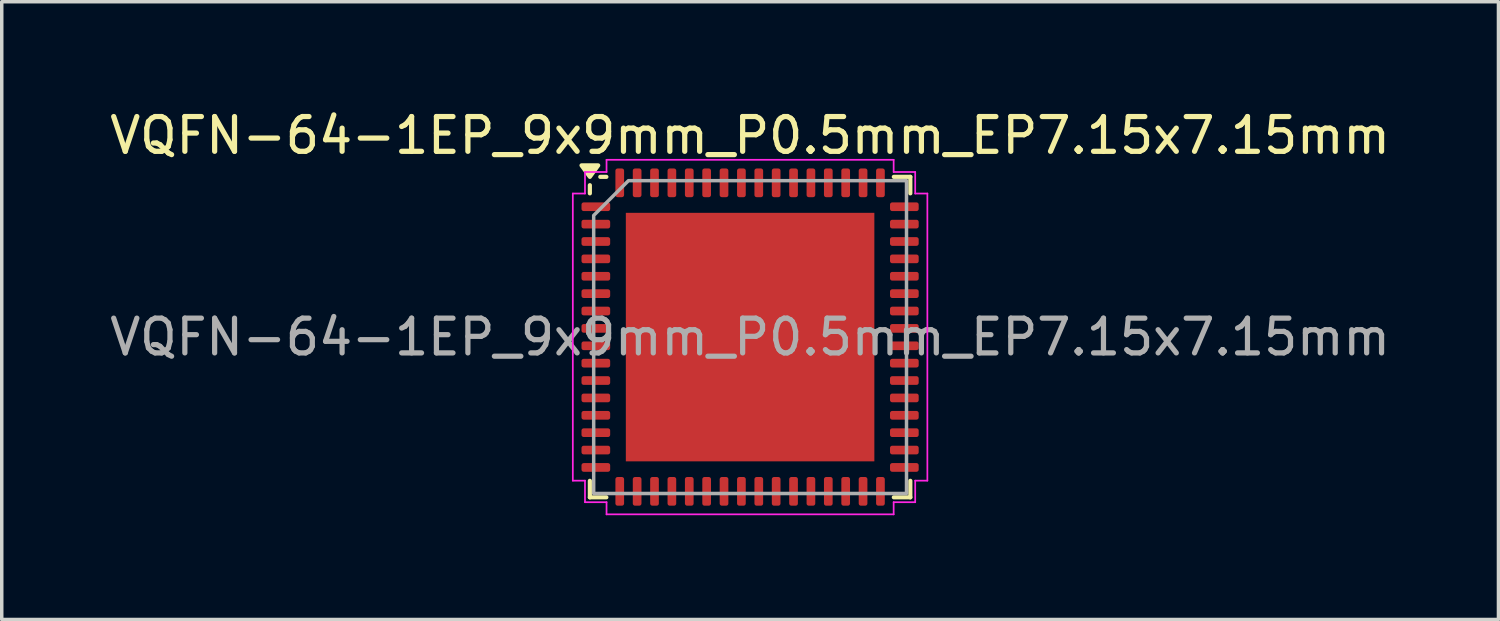
<source format=kicad_pcb>
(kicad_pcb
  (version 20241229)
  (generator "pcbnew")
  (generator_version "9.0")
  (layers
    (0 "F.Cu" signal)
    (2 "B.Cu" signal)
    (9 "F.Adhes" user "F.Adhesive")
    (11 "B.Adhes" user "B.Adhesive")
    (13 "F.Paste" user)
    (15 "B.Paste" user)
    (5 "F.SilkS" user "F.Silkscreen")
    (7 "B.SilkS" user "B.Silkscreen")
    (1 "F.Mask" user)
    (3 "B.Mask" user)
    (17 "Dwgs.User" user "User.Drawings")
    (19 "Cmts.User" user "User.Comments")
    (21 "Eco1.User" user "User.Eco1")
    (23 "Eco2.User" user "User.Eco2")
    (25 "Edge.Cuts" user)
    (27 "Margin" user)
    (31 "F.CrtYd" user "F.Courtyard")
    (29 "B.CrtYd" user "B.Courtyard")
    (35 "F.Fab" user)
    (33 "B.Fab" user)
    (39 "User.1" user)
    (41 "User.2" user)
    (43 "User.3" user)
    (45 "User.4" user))
  (footprint "VQFN-64-1EP_9x9mm_P0.5mm_EP7.15x7.15mm"
    (layer "F.Cu")
    (at 18.53 6.648)
    (property "Reference" "VQFN-64-1EP_9x9mm_P0.5mm_EP7.15x7.15mm" (at 0 -5.8 0) (layer "F.SilkS") (effects (font (size 1 1) (thickness 0.15))))
    (attr smd)
    (fp_line (start -4.61 -4.135) (end -4.61 -4.37) (stroke (width 0.12) (type solid)) (layer "F.SilkS"))
    (fp_line (start -4.61 4.61) (end -4.61 4.135) (stroke (width 0.12) (type solid)) (layer "F.SilkS"))
    (fp_line (start -4.135 -4.61) (end -4.31 -4.61) (stroke (width 0.12) (type solid)) (layer "F.SilkS"))
    (fp_line (start -4.135 4.61) (end -4.61 4.61) (stroke (width 0.12) (type solid)) (layer "F.SilkS"))
    (fp_line (start 4.135 -4.61) (end 4.61 -4.61) (stroke (width 0.12) (type solid)) (layer "F.SilkS"))
    (fp_line (start 4.135 4.61) (end 4.61 4.61) (stroke (width 0.12) (type solid)) (layer "F.SilkS"))
    (fp_line (start 4.61 -4.61) (end 4.61 -4.135) (stroke (width 0.12) (type solid)) (layer "F.SilkS"))
    (fp_line (start 4.61 4.61) (end 4.61 4.135) (stroke (width 0.12) (type solid)) (layer "F.SilkS"))
    (fp_poly (pts (xy -4.61 -4.61) (xy -4.85 -4.94) (xy -4.37 -4.94)) (stroke (width 0.12) (type solid)) (fill yes) (layer "F.SilkS"))
    (fp_line (start -5.1 -4.13) (end -4.75 -4.13) (stroke (width 0.05) (type solid)) (layer "F.CrtYd"))
    (fp_line (start -5.1 4.13) (end -5.1 -4.13) (stroke (width 0.05) (type solid)) (layer "F.CrtYd"))
    (fp_line (start -4.75 -4.75) (end -4.13 -4.75) (stroke (width 0.05) (type solid)) (layer "F.CrtYd"))
    (fp_line (start -4.75 -4.13) (end -4.75 -4.75) (stroke (width 0.05) (type solid)) (layer "F.CrtYd"))
    (fp_line (start -4.75 4.13) (end -5.1 4.13) (stroke (width 0.05) (type solid)) (layer "F.CrtYd"))
    (fp_line (start -4.75 4.75) (end -4.75 4.13) (stroke (width 0.05) (type solid)) (layer "F.CrtYd"))
    (fp_line (start -4.13 -5.1) (end 4.13 -5.1) (stroke (width 0.05) (type solid)) (layer "F.CrtYd"))
    (fp_line (start -4.13 -4.75) (end -4.13 -5.1) (stroke (width 0.05) (type solid)) (layer "F.CrtYd"))
    (fp_line (start -4.13 4.75) (end -4.75 4.75) (stroke (width 0.05) (type solid)) (layer "F.CrtYd"))
    (fp_line (start -4.13 5.1) (end -4.13 4.75) (stroke (width 0.05) (type solid)) (layer "F.CrtYd"))
    (fp_line (start 4.13 -5.1) (end 4.13 -4.75) (stroke (width 0.05) (type solid)) (layer "F.CrtYd"))
    (fp_line (start 4.13 -4.75) (end 4.75 -4.75) (stroke (width 0.05) (type solid)) (layer "F.CrtYd"))
    (fp_line (start 4.13 4.75) (end 4.13 5.1) (stroke (width 0.05) (type solid)) (layer "F.CrtYd"))
    (fp_line (start 4.13 5.1) (end -4.13 5.1) (stroke (width 0.05) (type solid)) (layer "F.CrtYd"))
    (fp_line (start 4.75 -4.75) (end 4.75 -4.13) (stroke (width 0.05) (type solid)) (layer "F.CrtYd"))
    (fp_line (start 4.75 -4.13) (end 5.1 -4.13) (stroke (width 0.05) (type solid)) (layer "F.CrtYd"))
    (fp_line (start 4.75 4.13) (end 4.75 4.75) (stroke (width 0.05) (type solid)) (layer "F.CrtYd"))
    (fp_line (start 4.75 4.75) (end 4.13 4.75) (stroke (width 0.05) (type solid)) (layer "F.CrtYd"))
    (fp_line (start 5.1 -4.13) (end 5.1 4.13) (stroke (width 0.05) (type solid)) (layer "F.CrtYd"))
    (fp_line (start 5.1 4.13) (end 4.75 4.13) (stroke (width 0.05) (type solid)) (layer "F.CrtYd"))
    (fp_poly (pts (xy -4.5 -3.5) (xy -4.5 4.5) (xy 4.5 4.5) (xy 4.5 -4.5) (xy -3.5 -4.5)) (stroke (width 0.1) (type solid)) (fill no) (layer "F.Fab"))
    (fp_text user "${REFERENCE}" (at 0 0 0) (layer "F.Fab") (effects (font (size 1 1) (thickness 0.15))))
    (pad "" smd roundrect (at -2.38 -2.38) (size 1.92 1.92) (layers "F.Paste") (roundrect_rratio 0.13))
    (pad "" smd roundrect (at -2.38 0) (size 1.92 1.92) (layers "F.Paste") (roundrect_rratio 0.13))
    (pad "" smd roundrect (at -2.38 2.38) (size 1.92 1.92) (layers "F.Paste") (roundrect_rratio 0.13))
    (pad "" smd roundrect (at 0 -2.38) (size 1.92 1.92) (layers "F.Paste") (roundrect_rratio 0.13))
    (pad "" smd roundrect (at 0 0) (size 1.92 1.92) (layers "F.Paste") (roundrect_rratio 0.13))
    (pad "" smd roundrect (at 0 2.38) (size 1.92 1.92) (layers "F.Paste") (roundrect_rratio 0.13))
    (pad "" smd roundrect (at 2.38 -2.38) (size 1.92 1.92) (layers "F.Paste") (roundrect_rratio 0.13))
    (pad "" smd roundrect (at 2.38 0) (size 1.92 1.92) (layers "F.Paste") (roundrect_rratio 0.13))
    (pad "" smd roundrect (at 2.38 2.38) (size 1.92 1.92) (layers "F.Paste") (roundrect_rratio 0.13))
    (pad "1" smd roundrect (at -4.438 -3.75) (size 0.825 0.25) (layers "F.Cu" "F.Mask" "F.Paste") (roundrect_rratio 0.25))
    (pad "2" smd roundrect (at -4.438 -3.25) (size 0.825 0.25) (layers "F.Cu" "F.Mask" "F.Paste") (roundrect_rratio 0.25))
    (pad "3" smd roundrect (at -4.438 -2.75) (size 0.825 0.25) (layers "F.Cu" "F.Mask" "F.Paste") (roundrect_rratio 0.25))
    (pad "4" smd roundrect (at -4.438 -2.25) (size 0.825 0.25) (layers "F.Cu" "F.Mask" "F.Paste") (roundrect_rratio 0.25))
    (pad "5" smd roundrect (at -4.438 -1.75) (size 0.825 0.25) (layers "F.Cu" "F.Mask" "F.Paste") (roundrect_rratio 0.25))
    (pad "6" smd roundrect (at -4.438 -1.25) (size 0.825 0.25) (layers "F.Cu" "F.Mask" "F.Paste") (roundrect_rratio 0.25))
    (pad "7" smd roundrect (at -4.438 -0.75) (size 0.825 0.25) (layers "F.Cu" "F.Mask" "F.Paste") (roundrect_rratio 0.25))
    (pad "8" smd roundrect (at -4.438 -0.25) (size 0.825 0.25) (layers "F.Cu" "F.Mask" "F.Paste") (roundrect_rratio 0.25))
    (pad "9" smd roundrect (at -4.438 0.25) (size 0.825 0.25) (layers "F.Cu" "F.Mask" "F.Paste") (roundrect_rratio 0.25))
    (pad "10" smd roundrect (at -4.438 0.75) (size 0.825 0.25) (layers "F.Cu" "F.Mask" "F.Paste") (roundrect_rratio 0.25))
    (pad "11" smd roundrect (at -4.438 1.25) (size 0.825 0.25) (layers "F.Cu" "F.Mask" "F.Paste") (roundrect_rratio 0.25))
    (pad "12" smd roundrect (at -4.438 1.75) (size 0.825 0.25) (layers "F.Cu" "F.Mask" "F.Paste") (roundrect_rratio 0.25))
    (pad "13" smd roundrect (at -4.438 2.25) (size 0.825 0.25) (layers "F.Cu" "F.Mask" "F.Paste") (roundrect_rratio 0.25))
    (pad "14" smd roundrect (at -4.438 2.75) (size 0.825 0.25) (layers "F.Cu" "F.Mask" "F.Paste") (roundrect_rratio 0.25))
    (pad "15" smd roundrect (at -4.438 3.25) (size 0.825 0.25) (layers "F.Cu" "F.Mask" "F.Paste") (roundrect_rratio 0.25))
    (pad "16" smd roundrect (at -4.438 3.75) (size 0.825 0.25) (layers "F.Cu" "F.Mask" "F.Paste") (roundrect_rratio 0.25))
    (pad "17" smd roundrect (at -3.75 4.438) (size 0.25 0.825) (layers "F.Cu" "F.Mask" "F.Paste") (roundrect_rratio 0.25))
    (pad "18" smd roundrect (at -3.25 4.438) (size 0.25 0.825) (layers "F.Cu" "F.Mask" "F.Paste") (roundrect_rratio 0.25))
    (pad "19" smd roundrect (at -2.75 4.438) (size 0.25 0.825) (layers "F.Cu" "F.Mask" "F.Paste") (roundrect_rratio 0.25))
    (pad "20" smd roundrect (at -2.25 4.438) (size 0.25 0.825) (layers "F.Cu" "F.Mask" "F.Paste") (roundrect_rratio 0.25))
    (pad "21" smd roundrect (at -1.75 4.438) (size 0.25 0.825) (layers "F.Cu" "F.Mask" "F.Paste") (roundrect_rratio 0.25))
    (pad "22" smd roundrect (at -1.25 4.438) (size 0.25 0.825) (layers "F.Cu" "F.Mask" "F.Paste") (roundrect_rratio 0.25))
    (pad "23" smd roundrect (at -0.75 4.438) (size 0.25 0.825) (layers "F.Cu" "F.Mask" "F.Paste") (roundrect_rratio 0.25))
    (pad "24" smd roundrect (at -0.25 4.438) (size 0.25 0.825) (layers "F.Cu" "F.Mask" "F.Paste") (roundrect_rratio 0.25))
    (pad "25" smd roundrect (at 0.25 4.438) (size 0.25 0.825) (layers "F.Cu" "F.Mask" "F.Paste") (roundrect_rratio 0.25))
    (pad "26" smd roundrect (at 0.75 4.438) (size 0.25 0.825) (layers "F.Cu" "F.Mask" "F.Paste") (roundrect_rratio 0.25))
    (pad "27" smd roundrect (at 1.25 4.438) (size 0.25 0.825) (layers "F.Cu" "F.Mask" "F.Paste") (roundrect_rratio 0.25))
    (pad "28" smd roundrect (at 1.75 4.438) (size 0.25 0.825) (layers "F.Cu" "F.Mask" "F.Paste") (roundrect_rratio 0.25))
    (pad "29" smd roundrect (at 2.25 4.438) (size 0.25 0.825) (layers "F.Cu" "F.Mask" "F.Paste") (roundrect_rratio 0.25))
    (pad "30" smd roundrect (at 2.75 4.438) (size 0.25 0.825) (layers "F.Cu" "F.Mask" "F.Paste") (roundrect_rratio 0.25))
    (pad "31" smd roundrect (at 3.25 4.438) (size 0.25 0.825) (layers "F.Cu" "F.Mask" "F.Paste") (roundrect_rratio 0.25))
    (pad "32" smd roundrect (at 3.75 4.438) (size 0.25 0.825) (layers "F.Cu" "F.Mask" "F.Paste") (roundrect_rratio 0.25))
    (pad "33" smd roundrect (at 4.438 3.75) (size 0.825 0.25) (layers "F.Cu" "F.Mask" "F.Paste") (roundrect_rratio 0.25))
    (pad "34" smd roundrect (at 4.438 3.25) (size 0.825 0.25) (layers "F.Cu" "F.Mask" "F.Paste") (roundrect_rratio 0.25))
    (pad "35" smd roundrect (at 4.438 2.75) (size 0.825 0.25) (layers "F.Cu" "F.Mask" "F.Paste") (roundrect_rratio 0.25))
    (pad "36" smd roundrect (at 4.438 2.25) (size 0.825 0.25) (layers "F.Cu" "F.Mask" "F.Paste") (roundrect_rratio 0.25))
    (pad "37" smd roundrect (at 4.438 1.75) (size 0.825 0.25) (layers "F.Cu" "F.Mask" "F.Paste") (roundrect_rratio 0.25))
    (pad "38" smd roundrect (at 4.438 1.25) (size 0.825 0.25) (layers "F.Cu" "F.Mask" "F.Paste") (roundrect_rratio 0.25))
    (pad "39" smd roundrect (at 4.438 0.75) (size 0.825 0.25) (layers "F.Cu" "F.Mask" "F.Paste") (roundrect_rratio 0.25))
    (pad "40" smd roundrect (at 4.438 0.25) (size 0.825 0.25) (layers "F.Cu" "F.Mask" "F.Paste") (roundrect_rratio 0.25))
    (pad "41" smd roundrect (at 4.438 -0.25) (size 0.825 0.25) (layers "F.Cu" "F.Mask" "F.Paste") (roundrect_rratio 0.25))
    (pad "42" smd roundrect (at 4.438 -0.75) (size 0.825 0.25) (layers "F.Cu" "F.Mask" "F.Paste") (roundrect_rratio 0.25))
    (pad "43" smd roundrect (at 4.438 -1.25) (size 0.825 0.25) (layers "F.Cu" "F.Mask" "F.Paste") (roundrect_rratio 0.25))
    (pad "44" smd roundrect (at 4.438 -1.75) (size 0.825 0.25) (layers "F.Cu" "F.Mask" "F.Paste") (roundrect_rratio 0.25))
    (pad "45" smd roundrect (at 4.438 -2.25) (size 0.825 0.25) (layers "F.Cu" "F.Mask" "F.Paste") (roundrect_rratio 0.25))
    (pad "46" smd roundrect (at 4.438 -2.75) (size 0.825 0.25) (layers "F.Cu" "F.Mask" "F.Paste") (roundrect_rratio 0.25))
    (pad "47" smd roundrect (at 4.438 -3.25) (size 0.825 0.25) (layers "F.Cu" "F.Mask" "F.Paste") (roundrect_rratio 0.25))
    (pad "48" smd roundrect (at 4.438 -3.75) (size 0.825 0.25) (layers "F.Cu" "F.Mask" "F.Paste") (roundrect_rratio 0.25))
    (pad "49" smd roundrect (at 3.75 -4.438) (size 0.25 0.825) (layers "F.Cu" "F.Mask" "F.Paste") (roundrect_rratio 0.25))
    (pad "50" smd roundrect (at 3.25 -4.438) (size 0.25 0.825) (layers "F.Cu" "F.Mask" "F.Paste") (roundrect_rratio 0.25))
    (pad "51" smd roundrect (at 2.75 -4.438) (size 0.25 0.825) (layers "F.Cu" "F.Mask" "F.Paste") (roundrect_rratio 0.25))
    (pad "52" smd roundrect (at 2.25 -4.438) (size 0.25 0.825) (layers "F.Cu" "F.Mask" "F.Paste") (roundrect_rratio 0.25))
    (pad "53" smd roundrect (at 1.75 -4.438) (size 0.25 0.825) (layers "F.Cu" "F.Mask" "F.Paste") (roundrect_rratio 0.25))
    (pad "54" smd roundrect (at 1.25 -4.438) (size 0.25 0.825) (layers "F.Cu" "F.Mask" "F.Paste") (roundrect_rratio 0.25))
    (pad "55" smd roundrect (at 0.75 -4.438) (size 0.25 0.825) (layers "F.Cu" "F.Mask" "F.Paste") (roundrect_rratio 0.25))
    (pad "56" smd roundrect (at 0.25 -4.438) (size 0.25 0.825) (layers "F.Cu" "F.Mask" "F.Paste") (roundrect_rratio 0.25))
    (pad "57" smd roundrect (at -0.25 -4.438) (size 0.25 0.825) (layers "F.Cu" "F.Mask" "F.Paste") (roundrect_rratio 0.25))
    (pad "58" smd roundrect (at -0.75 -4.438) (size 0.25 0.825) (layers "F.Cu" "F.Mask" "F.Paste") (roundrect_rratio 0.25))
    (pad "59" smd roundrect (at -1.25 -4.438) (size 0.25 0.825) (layers "F.Cu" "F.Mask" "F.Paste") (roundrect_rratio 0.25))
    (pad "60" smd roundrect (at -1.75 -4.438) (size 0.25 0.825) (layers "F.Cu" "F.Mask" "F.Paste") (roundrect_rratio 0.25))
    (pad "61" smd roundrect (at -2.25 -4.438) (size 0.25 0.825) (layers "F.Cu" "F.Mask" "F.Paste") (roundrect_rratio 0.25))
    (pad "62" smd roundrect (at -2.75 -4.438) (size 0.25 0.825) (layers "F.Cu" "F.Mask" "F.Paste") (roundrect_rratio 0.25))
    (pad "63" smd roundrect (at -3.25 -4.438) (size 0.25 0.825) (layers "F.Cu" "F.Mask" "F.Paste") (roundrect_rratio 0.25))
    (pad "64" smd roundrect (at -3.75 -4.438) (size 0.25 0.825) (layers "F.Cu" "F.Mask" "F.Paste") (roundrect_rratio 0.25))
    (pad "65" smd rect (at 0 0) (size 7.15 7.15) (property pad_prop_heatsink) (layers "F.Cu" "F.Mask")))
  (gr_rect
    (start -3 -3)
    (end 40.06 14.773)
    (stroke (width 0.1) (type default))
    (fill no)
    (layer "Edge.Cuts")))
</source>
